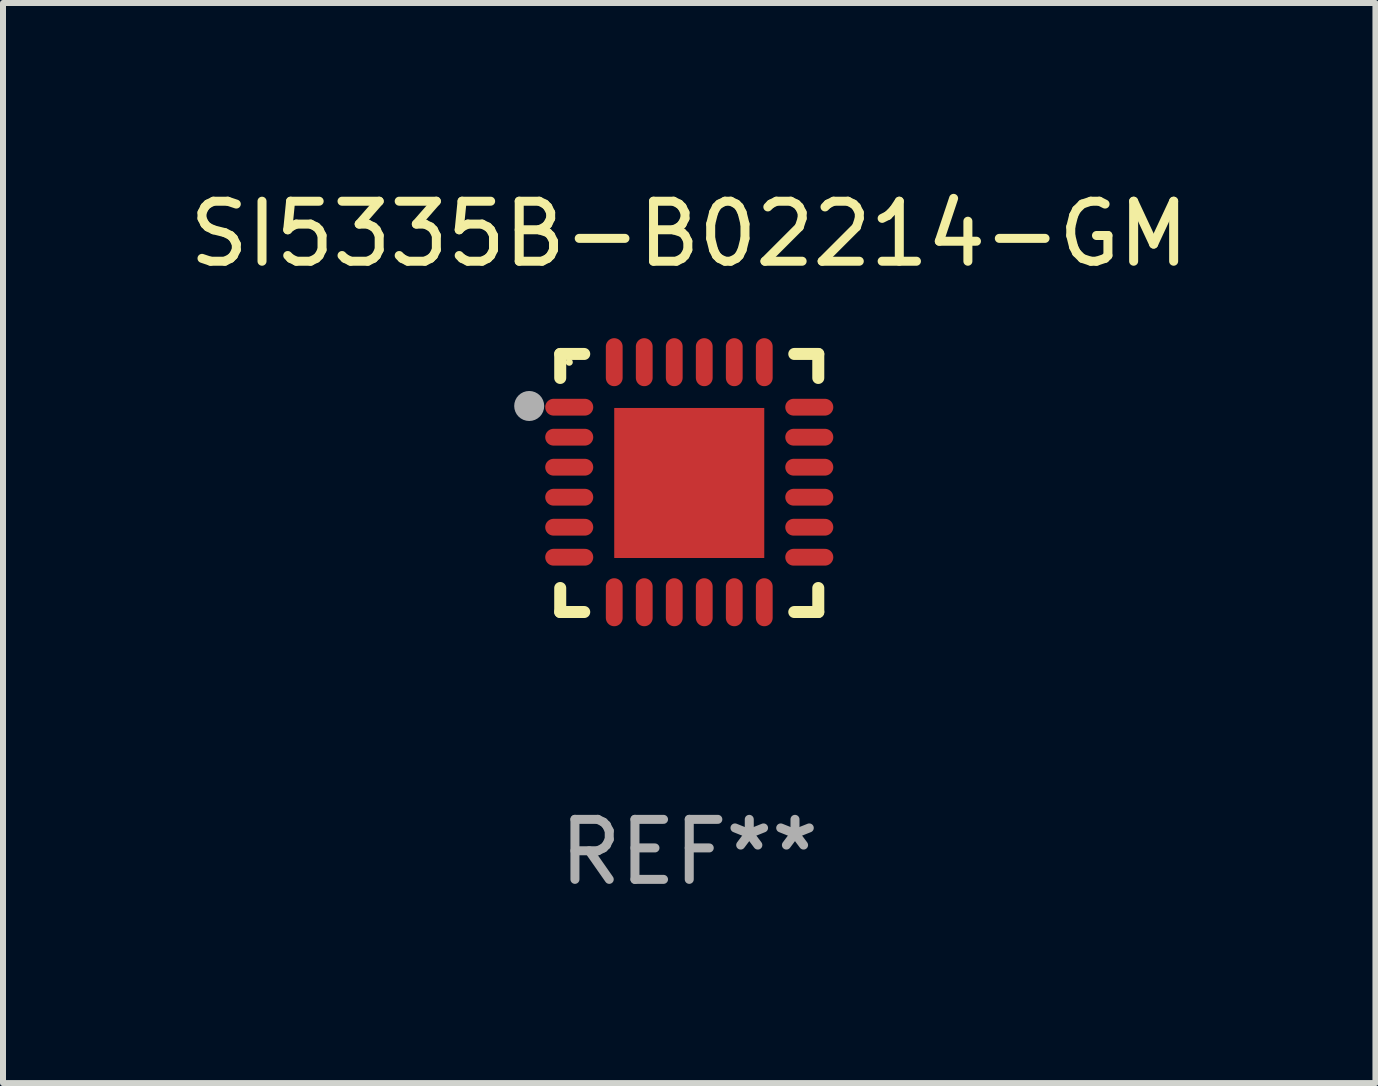
<source format=kicad_pcb>
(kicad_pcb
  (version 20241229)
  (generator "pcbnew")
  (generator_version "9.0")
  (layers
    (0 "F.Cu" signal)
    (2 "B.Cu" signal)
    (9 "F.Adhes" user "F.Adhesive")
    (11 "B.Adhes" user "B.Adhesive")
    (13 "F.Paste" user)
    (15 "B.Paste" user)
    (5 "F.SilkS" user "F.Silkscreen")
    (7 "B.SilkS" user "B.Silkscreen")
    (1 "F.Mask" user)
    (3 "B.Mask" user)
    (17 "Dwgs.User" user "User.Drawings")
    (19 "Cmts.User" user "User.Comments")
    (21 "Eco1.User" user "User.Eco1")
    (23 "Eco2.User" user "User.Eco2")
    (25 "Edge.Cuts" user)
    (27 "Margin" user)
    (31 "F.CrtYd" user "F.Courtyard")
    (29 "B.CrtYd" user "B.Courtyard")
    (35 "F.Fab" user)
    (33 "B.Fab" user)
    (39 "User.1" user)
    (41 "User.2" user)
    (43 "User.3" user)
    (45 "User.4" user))
  (footprint "SI5335B-B02214-GM"
    (layer "F.Cu")
    (at 8.435 4.998)
    (property "Reference" "SI5335B-B02214-GM" (at 0 -4.15 0) (layer "F.SilkS") (effects (font (size 1 1) (thickness 0.15))))
    (attr through_hole)
    (fp_line (start -2.15 -2.15) (end -1.75 -2.15) (stroke (width 0.2) (type solid)) (layer "F.SilkS"))
    (fp_line (start -2.15 -1.75) (end -2.15 -2.15) (stroke (width 0.2) (type solid)) (layer "F.SilkS"))
    (fp_line (start -2.15 2.15) (end -2.15 1.75) (stroke (width 0.2) (type solid)) (layer "F.SilkS"))
    (fp_line (start -1.75 2.15) (end -2.15 2.15) (stroke (width 0.2) (type solid)) (layer "F.SilkS"))
    (fp_line (start 1.75 -2.15) (end 2.15 -2.15) (stroke (width 0.2) (type solid)) (layer "F.SilkS"))
    (fp_line (start 1.75 2.15) (end 2.15 2.15) (stroke (width 0.2) (type solid)) (layer "F.SilkS"))
    (fp_line (start 2.15 -2.15) (end 2.15 -1.75) (stroke (width 0.2) (type solid)) (layer "F.SilkS"))
    (fp_line (start 2.15 2.15) (end 2.15 1.75) (stroke (width 0.2) (type solid)) (layer "F.SilkS"))
    (fp_circle (center -2 -2.013) (end -1.97 -2.013) (stroke (width 0.06) (type solid)) (fill no) (layer "F.SilkS"))
    (fp_circle (center -2.667 -1.283) (end -2.542 -1.283) (stroke (width 0.25) (type solid)) (fill no) (layer "F.Fab"))
    (fp_text user "REF**" (at 0 6.15 0) (layer "F.Fab") (effects (font (size 1 1) (thickness 0.15))))
    (pad "1" smd oval (at -2 -1.263) (size 0.8 0.28) (layers "F.Cu" "F.Mask" "F.Paste"))
    (pad "2" smd oval (at -2 -0.763) (size 0.8 0.28) (layers "F.Cu" "F.Mask" "F.Paste"))
    (pad "3" smd oval (at -2 -0.263) (size 0.8 0.28) (layers "F.Cu" "F.Mask" "F.Paste"))
    (pad "4" smd oval (at -2 0.237) (size 0.8 0.28) (layers "F.Cu" "F.Mask" "F.Paste"))
    (pad "5" smd oval (at -2 0.737) (size 0.8 0.28) (layers "F.Cu" "F.Mask" "F.Paste"))
    (pad "6" smd oval (at -2 1.237) (size 0.8 0.28) (layers "F.Cu" "F.Mask" "F.Paste"))
    (pad "7" smd oval (at -1.25 1.987) (size 0.28 0.8) (layers "F.Cu" "F.Mask" "F.Paste"))
    (pad "8" smd oval (at -0.75 1.987) (size 0.28 0.8) (layers "F.Cu" "F.Mask" "F.Paste"))
    (pad "9" smd oval (at -0.25 1.987) (size 0.28 0.8) (layers "F.Cu" "F.Mask" "F.Paste"))
    (pad "10" smd oval (at 0.25 1.987) (size 0.28 0.8) (layers "F.Cu" "F.Mask" "F.Paste"))
    (pad "11" smd oval (at 0.75 1.987) (size 0.28 0.8) (layers "F.Cu" "F.Mask" "F.Paste"))
    (pad "12" smd oval (at 1.25 1.987) (size 0.28 0.8) (layers "F.Cu" "F.Mask" "F.Paste"))
    (pad "13" smd oval (at 2 1.237) (size 0.8 0.28) (layers "F.Cu" "F.Mask" "F.Paste"))
    (pad "14" smd oval (at 2 0.737) (size 0.8 0.28) (layers "F.Cu" "F.Mask" "F.Paste"))
    (pad "15" smd oval (at 2 0.237) (size 0.8 0.28) (layers "F.Cu" "F.Mask" "F.Paste"))
    (pad "16" smd oval (at 2 -0.263) (size 0.8 0.28) (layers "F.Cu" "F.Mask" "F.Paste"))
    (pad "17" smd oval (at 2 -0.763) (size 0.8 0.28) (layers "F.Cu" "F.Mask" "F.Paste"))
    (pad "18" smd oval (at 2 -1.263) (size 0.8 0.28) (layers "F.Cu" "F.Mask" "F.Paste"))
    (pad "19" smd oval (at 1.25 -2.013) (size 0.28 0.8) (layers "F.Cu" "F.Mask" "F.Paste"))
    (pad "20" smd oval (at 0.75 -2.013) (size 0.28 0.8) (layers "F.Cu" "F.Mask" "F.Paste"))
    (pad "21" smd oval (at 0.25 -2.013) (size 0.28 0.8) (layers "F.Cu" "F.Mask" "F.Paste"))
    (pad "22" smd oval (at -0.25 -2.013) (size 0.28 0.8) (layers "F.Cu" "F.Mask" "F.Paste"))
    (pad "23" smd oval (at -0.75 -2.013) (size 0.28 0.8) (layers "F.Cu" "F.Mask" "F.Paste"))
    (pad "24" smd oval (at -1.25 -2.013) (size 0.28 0.8) (layers "F.Cu" "F.Mask" "F.Paste"))
    (pad "25" smd rect (at -0.000127 -0.00014) (size 2.5 2.5) (layers "F.Cu" "F.Mask" "F.Paste")))
  (gr_rect
    (start -3 -3)
    (end 19.869 14.997)
    (stroke (width 0.1) (type default))
    (fill no)
    (layer "Edge.Cuts")))
</source>
